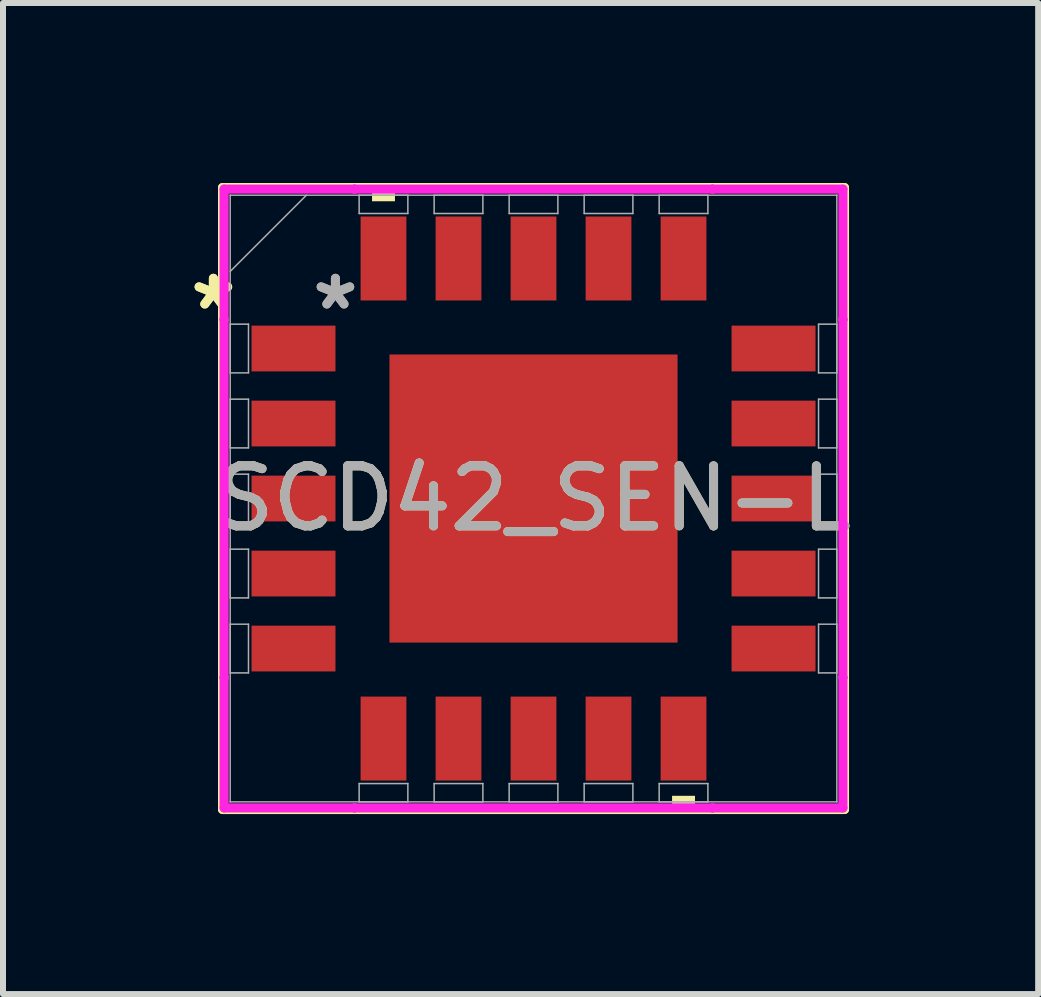
<source format=kicad_pcb>
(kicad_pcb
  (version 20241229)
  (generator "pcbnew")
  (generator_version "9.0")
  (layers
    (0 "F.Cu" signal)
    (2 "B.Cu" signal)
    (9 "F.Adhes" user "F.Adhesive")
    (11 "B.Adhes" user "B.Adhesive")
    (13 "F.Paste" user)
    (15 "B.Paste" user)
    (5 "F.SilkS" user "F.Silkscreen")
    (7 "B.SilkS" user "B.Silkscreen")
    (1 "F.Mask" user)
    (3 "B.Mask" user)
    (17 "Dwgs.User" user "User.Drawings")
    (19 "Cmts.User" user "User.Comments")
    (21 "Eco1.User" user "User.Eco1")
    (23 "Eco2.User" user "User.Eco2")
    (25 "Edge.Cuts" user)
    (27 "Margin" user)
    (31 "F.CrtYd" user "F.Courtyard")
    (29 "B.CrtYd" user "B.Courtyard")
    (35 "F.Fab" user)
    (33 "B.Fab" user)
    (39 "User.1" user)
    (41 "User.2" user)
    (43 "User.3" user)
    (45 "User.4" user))
  (footprint "SCD42_SEN-L"
    (layer "F.Cu")
    (at 5.841 5.258)
    (property "Reference" "SCD42_SEN-L" (at 0 0 0) (unlocked yes) (layer "F.SilkS") (effects (font (size 1 1) (thickness 0.15))))
    (attr smd)
    (fp_line (start -5.182 -5.182) (end -5.182 5.182) (stroke (width 0.152) (type solid)) (layer "F.SilkS"))
    (fp_line (start -5.182 5.182) (end 5.182 5.182) (stroke (width 0.152) (type solid)) (layer "F.SilkS"))
    (fp_line (start 5.182 -5.182) (end -5.182 -5.182) (stroke (width 0.152) (type solid)) (layer "F.SilkS"))
    (fp_line (start 5.182 5.182) (end 5.182 -5.182) (stroke (width 0.152) (type solid)) (layer "F.SilkS"))
    (fp_poly (pts (xy -2.691 -4.954) (xy -2.691 -5.208) (xy -2.309 -5.208) (xy -2.309 -4.954)) (stroke (width 0) (type solid)) (fill yes) (layer "F.SilkS"))
    (fp_poly (pts (xy 2.309 4.954) (xy 2.309 5.208) (xy 2.691 5.208) (xy 2.691 4.954)) (stroke (width 0) (type solid)) (fill yes) (layer "F.SilkS"))
    (fp_poly (pts (xy -2.3 -2.3) (xy -2.3 -0.9) (xy -0.9 -0.9) (xy -0.9 -2.3)) (stroke (width 0) (type solid)) (fill yes) (layer "F.Paste"))
    (fp_poly (pts (xy -2.3 -0.7) (xy -2.3 0.7) (xy -0.9 0.7) (xy -0.9 -0.7)) (stroke (width 0) (type solid)) (fill yes) (layer "F.Paste"))
    (fp_poly (pts (xy -2.3 0.9) (xy -2.3 2.3) (xy -0.9 2.3) (xy -0.9 0.9)) (stroke (width 0) (type solid)) (fill yes) (layer "F.Paste"))
    (fp_poly (pts (xy -0.7 -2.3) (xy -0.7 -0.9) (xy 0.7 -0.9) (xy 0.7 -2.3)) (stroke (width 0) (type solid)) (fill yes) (layer "F.Paste"))
    (fp_poly (pts (xy -0.7 -0.7) (xy -0.7 0.7) (xy 0.7 0.7) (xy 0.7 -0.7)) (stroke (width 0) (type solid)) (fill yes) (layer "F.Paste"))
    (fp_poly (pts (xy -0.7 0.9) (xy -0.7 2.3) (xy 0.7 2.3) (xy 0.7 0.9)) (stroke (width 0) (type solid)) (fill yes) (layer "F.Paste"))
    (fp_poly (pts (xy 0.9 -2.3) (xy 0.9 -0.9) (xy 2.3 -0.9) (xy 2.3 -2.3)) (stroke (width 0) (type solid)) (fill yes) (layer "F.Paste"))
    (fp_poly (pts (xy 0.9 -0.7) (xy 0.9 0.7) (xy 2.3 0.7) (xy 2.3 -0.7)) (stroke (width 0) (type solid)) (fill yes) (layer "F.Paste"))
    (fp_poly (pts (xy 0.9 0.9) (xy 0.9 2.3) (xy 2.3 2.3) (xy 2.3 0.9)) (stroke (width 0) (type solid)) (fill yes) (layer "F.Paste"))
    (fp_line (start -5.156 -5.156) (end -2.983 -5.156) (stroke (width 0.152) (type solid)) (layer "F.CrtYd"))
    (fp_line (start -5.156 -2.983) (end -5.156 -5.156) (stroke (width 0.152) (type solid)) (layer "F.CrtYd"))
    (fp_line (start -5.156 -2.983) (end -5.156 -2.983) (stroke (width 0.152) (type solid)) (layer "F.CrtYd"))
    (fp_line (start -5.156 2.983) (end -5.156 -2.983) (stroke (width 0.152) (type solid)) (layer "F.CrtYd"))
    (fp_line (start -5.156 2.983) (end -5.156 2.983) (stroke (width 0.152) (type solid)) (layer "F.CrtYd"))
    (fp_line (start -5.156 5.156) (end -5.156 2.983) (stroke (width 0.152) (type solid)) (layer "F.CrtYd"))
    (fp_line (start -2.983 -5.156) (end -2.983 -5.156) (stroke (width 0.152) (type solid)) (layer "F.CrtYd"))
    (fp_line (start -2.983 -5.156) (end 2.983 -5.156) (stroke (width 0.152) (type solid)) (layer "F.CrtYd"))
    (fp_line (start -2.983 5.156) (end -5.156 5.156) (stroke (width 0.152) (type solid)) (layer "F.CrtYd"))
    (fp_line (start -2.983 5.156) (end -2.983 5.156) (stroke (width 0.152) (type solid)) (layer "F.CrtYd"))
    (fp_line (start 2.983 -5.156) (end 2.983 -5.156) (stroke (width 0.152) (type solid)) (layer "F.CrtYd"))
    (fp_line (start 2.983 -5.156) (end 5.156 -5.156) (stroke (width 0.152) (type solid)) (layer "F.CrtYd"))
    (fp_line (start 2.983 5.156) (end -2.983 5.156) (stroke (width 0.152) (type solid)) (layer "F.CrtYd"))
    (fp_line (start 2.983 5.156) (end 2.983 5.156) (stroke (width 0.152) (type solid)) (layer "F.CrtYd"))
    (fp_line (start 5.156 -5.156) (end 5.156 -2.983) (stroke (width 0.152) (type solid)) (layer "F.CrtYd"))
    (fp_line (start 5.156 -2.983) (end 5.156 -2.983) (stroke (width 0.152) (type solid)) (layer "F.CrtYd"))
    (fp_line (start 5.156 -2.983) (end 5.156 2.983) (stroke (width 0.152) (type solid)) (layer "F.CrtYd"))
    (fp_line (start 5.156 2.983) (end 5.156 2.983) (stroke (width 0.152) (type solid)) (layer "F.CrtYd"))
    (fp_line (start 5.156 2.983) (end 5.156 5.156) (stroke (width 0.152) (type solid)) (layer "F.CrtYd"))
    (fp_line (start 5.156 5.156) (end 2.983 5.156) (stroke (width 0.152) (type solid)) (layer "F.CrtYd"))
    (fp_line (start -5.055 -5.055) (end -5.055 -5.055) (stroke (width 0.025) (type solid)) (layer "F.Fab"))
    (fp_line (start -5.055 -5.055) (end -5.055 5.055) (stroke (width 0.025) (type solid)) (layer "F.Fab"))
    (fp_line (start -5.055 -3.785) (end -3.785 -5.055) (stroke (width 0.025) (type solid)) (layer "F.Fab"))
    (fp_line (start -5.055 -2.906) (end -4.75 -2.906) (stroke (width 0.025) (type solid)) (layer "F.Fab"))
    (fp_line (start -5.055 -2.094) (end -5.055 -2.906) (stroke (width 0.025) (type solid)) (layer "F.Fab"))
    (fp_line (start -5.055 -1.656) (end -4.75 -1.656) (stroke (width 0.025) (type solid)) (layer "F.Fab"))
    (fp_line (start -5.055 -0.844) (end -5.055 -1.656) (stroke (width 0.025) (type solid)) (layer "F.Fab"))
    (fp_line (start -5.055 -0.406) (end -4.75 -0.406) (stroke (width 0.025) (type solid)) (layer "F.Fab"))
    (fp_line (start -5.055 0.406) (end -5.055 -0.406) (stroke (width 0.025) (type solid)) (layer "F.Fab"))
    (fp_line (start -5.055 0.844) (end -4.75 0.844) (stroke (width 0.025) (type solid)) (layer "F.Fab"))
    (fp_line (start -5.055 1.656) (end -5.055 0.844) (stroke (width 0.025) (type solid)) (layer "F.Fab"))
    (fp_line (start -5.055 2.094) (end -4.75 2.094) (stroke (width 0.025) (type solid)) (layer "F.Fab"))
    (fp_line (start -5.055 2.906) (end -5.055 2.094) (stroke (width 0.025) (type solid)) (layer "F.Fab"))
    (fp_line (start -5.055 5.055) (end -5.055 5.055) (stroke (width 0.025) (type solid)) (layer "F.Fab"))
    (fp_line (start -5.055 5.055) (end 5.055 5.055) (stroke (width 0.025) (type solid)) (layer "F.Fab"))
    (fp_line (start -4.75 -2.906) (end -4.75 -2.094) (stroke (width 0.025) (type solid)) (layer "F.Fab"))
    (fp_line (start -4.75 -2.094) (end -5.055 -2.094) (stroke (width 0.025) (type solid)) (layer "F.Fab"))
    (fp_line (start -4.75 -1.656) (end -4.75 -0.844) (stroke (width 0.025) (type solid)) (layer "F.Fab"))
    (fp_line (start -4.75 -0.844) (end -5.055 -0.844) (stroke (width 0.025) (type solid)) (layer "F.Fab"))
    (fp_line (start -4.75 -0.406) (end -4.75 0.406) (stroke (width 0.025) (type solid)) (layer "F.Fab"))
    (fp_line (start -4.75 0.406) (end -5.055 0.406) (stroke (width 0.025) (type solid)) (layer "F.Fab"))
    (fp_line (start -4.75 0.844) (end -4.75 1.656) (stroke (width 0.025) (type solid)) (layer "F.Fab"))
    (fp_line (start -4.75 1.656) (end -5.055 1.656) (stroke (width 0.025) (type solid)) (layer "F.Fab"))
    (fp_line (start -4.75 2.094) (end -4.75 2.906) (stroke (width 0.025) (type solid)) (layer "F.Fab"))
    (fp_line (start -4.75 2.906) (end -5.055 2.906) (stroke (width 0.025) (type solid)) (layer "F.Fab"))
    (fp_line (start -2.906 -5.055) (end -2.094 -5.055) (stroke (width 0.025) (type solid)) (layer "F.Fab"))
    (fp_line (start -2.906 -4.75) (end -2.906 -5.055) (stroke (width 0.025) (type solid)) (layer "F.Fab"))
    (fp_line (start -2.906 4.75) (end -2.094 4.75) (stroke (width 0.025) (type solid)) (layer "F.Fab"))
    (fp_line (start -2.906 5.055) (end -2.906 4.75) (stroke (width 0.025) (type solid)) (layer "F.Fab"))
    (fp_line (start -2.094 -5.055) (end -2.094 -4.75) (stroke (width 0.025) (type solid)) (layer "F.Fab"))
    (fp_line (start -2.094 -4.75) (end -2.906 -4.75) (stroke (width 0.025) (type solid)) (layer "F.Fab"))
    (fp_line (start -2.094 4.75) (end -2.094 5.055) (stroke (width 0.025) (type solid)) (layer "F.Fab"))
    (fp_line (start -2.094 5.055) (end -2.906 5.055) (stroke (width 0.025) (type solid)) (layer "F.Fab"))
    (fp_line (start -1.656 -5.055) (end -0.844 -5.055) (stroke (width 0.025) (type solid)) (layer "F.Fab"))
    (fp_line (start -1.656 -4.75) (end -1.656 -5.055) (stroke (width 0.025) (type solid)) (layer "F.Fab"))
    (fp_line (start -1.656 4.75) (end -0.844 4.75) (stroke (width 0.025) (type solid)) (layer "F.Fab"))
    (fp_line (start -1.656 5.055) (end -1.656 4.75) (stroke (width 0.025) (type solid)) (layer "F.Fab"))
    (fp_line (start -0.844 -5.055) (end -0.844 -4.75) (stroke (width 0.025) (type solid)) (layer "F.Fab"))
    (fp_line (start -0.844 -4.75) (end -1.656 -4.75) (stroke (width 0.025) (type solid)) (layer "F.Fab"))
    (fp_line (start -0.844 4.75) (end -0.844 5.055) (stroke (width 0.025) (type solid)) (layer "F.Fab"))
    (fp_line (start -0.844 5.055) (end -1.656 5.055) (stroke (width 0.025) (type solid)) (layer "F.Fab"))
    (fp_line (start -0.406 -5.055) (end 0.406 -5.055) (stroke (width 0.025) (type solid)) (layer "F.Fab"))
    (fp_line (start -0.406 -4.75) (end -0.406 -5.055) (stroke (width 0.025) (type solid)) (layer "F.Fab"))
    (fp_line (start -0.406 4.75) (end 0.406 4.75) (stroke (width 0.025) (type solid)) (layer "F.Fab"))
    (fp_line (start -0.406 5.055) (end -0.406 4.75) (stroke (width 0.025) (type solid)) (layer "F.Fab"))
    (fp_line (start 0.406 -5.055) (end 0.406 -4.75) (stroke (width 0.025) (type solid)) (layer "F.Fab"))
    (fp_line (start 0.406 -4.75) (end -0.406 -4.75) (stroke (width 0.025) (type solid)) (layer "F.Fab"))
    (fp_line (start 0.406 4.75) (end 0.406 5.055) (stroke (width 0.025) (type solid)) (layer "F.Fab"))
    (fp_line (start 0.406 5.055) (end -0.406 5.055) (stroke (width 0.025) (type solid)) (layer "F.Fab"))
    (fp_line (start 0.844 -5.055) (end 1.656 -5.055) (stroke (width 0.025) (type solid)) (layer "F.Fab"))
    (fp_line (start 0.844 -4.75) (end 0.844 -5.055) (stroke (width 0.025) (type solid)) (layer "F.Fab"))
    (fp_line (start 0.844 4.75) (end 1.656 4.75) (stroke (width 0.025) (type solid)) (layer "F.Fab"))
    (fp_line (start 0.844 5.055) (end 0.844 4.75) (stroke (width 0.025) (type solid)) (layer "F.Fab"))
    (fp_line (start 1.656 -5.055) (end 1.656 -4.75) (stroke (width 0.025) (type solid)) (layer "F.Fab"))
    (fp_line (start 1.656 -4.75) (end 0.844 -4.75) (stroke (width 0.025) (type solid)) (layer "F.Fab"))
    (fp_line (start 1.656 4.75) (end 1.656 5.055) (stroke (width 0.025) (type solid)) (layer "F.Fab"))
    (fp_line (start 1.656 5.055) (end 0.844 5.055) (stroke (width 0.025) (type solid)) (layer "F.Fab"))
    (fp_line (start 2.094 -5.055) (end 2.906 -5.055) (stroke (width 0.025) (type solid)) (layer "F.Fab"))
    (fp_line (start 2.094 -4.75) (end 2.094 -5.055) (stroke (width 0.025) (type solid)) (layer "F.Fab"))
    (fp_line (start 2.094 4.75) (end 2.906 4.75) (stroke (width 0.025) (type solid)) (layer "F.Fab"))
    (fp_line (start 2.094 5.055) (end 2.094 4.75) (stroke (width 0.025) (type solid)) (layer "F.Fab"))
    (fp_line (start 2.906 -5.055) (end 2.906 -4.75) (stroke (width 0.025) (type solid)) (layer "F.Fab"))
    (fp_line (start 2.906 -4.75) (end 2.094 -4.75) (stroke (width 0.025) (type solid)) (layer "F.Fab"))
    (fp_line (start 2.906 4.75) (end 2.906 5.055) (stroke (width 0.025) (type solid)) (layer "F.Fab"))
    (fp_line (start 2.906 5.055) (end 2.094 5.055) (stroke (width 0.025) (type solid)) (layer "F.Fab"))
    (fp_line (start 4.75 -2.906) (end 5.055 -2.906) (stroke (width 0.025) (type solid)) (layer "F.Fab"))
    (fp_line (start 4.75 -2.094) (end 4.75 -2.906) (stroke (width 0.025) (type solid)) (layer "F.Fab"))
    (fp_line (start 4.75 -1.656) (end 5.055 -1.656) (stroke (width 0.025) (type solid)) (layer "F.Fab"))
    (fp_line (start 4.75 -0.844) (end 4.75 -1.656) (stroke (width 0.025) (type solid)) (layer "F.Fab"))
    (fp_line (start 4.75 -0.406) (end 5.055 -0.406) (stroke (width 0.025) (type solid)) (layer "F.Fab"))
    (fp_line (start 4.75 0.406) (end 4.75 -0.406) (stroke (width 0.025) (type solid)) (layer "F.Fab"))
    (fp_line (start 4.75 0.844) (end 5.055 0.844) (stroke (width 0.025) (type solid)) (layer "F.Fab"))
    (fp_line (start 4.75 1.656) (end 4.75 0.844) (stroke (width 0.025) (type solid)) (layer "F.Fab"))
    (fp_line (start 4.75 2.094) (end 5.055 2.094) (stroke (width 0.025) (type solid)) (layer "F.Fab"))
    (fp_line (start 4.75 2.906) (end 4.75 2.094) (stroke (width 0.025) (type solid)) (layer "F.Fab"))
    (fp_line (start 5.055 -5.055) (end -5.055 -5.055) (stroke (width 0.025) (type solid)) (layer "F.Fab"))
    (fp_line (start 5.055 -5.055) (end 5.055 -5.055) (stroke (width 0.025) (type solid)) (layer "F.Fab"))
    (fp_line (start 5.055 -2.906) (end 5.055 -2.094) (stroke (width 0.025) (type solid)) (layer "F.Fab"))
    (fp_line (start 5.055 -2.094) (end 4.75 -2.094) (stroke (width 0.025) (type solid)) (layer "F.Fab"))
    (fp_line (start 5.055 -1.656) (end 5.055 -0.844) (stroke (width 0.025) (type solid)) (layer "F.Fab"))
    (fp_line (start 5.055 -0.844) (end 4.75 -0.844) (stroke (width 0.025) (type solid)) (layer "F.Fab"))
    (fp_line (start 5.055 -0.406) (end 5.055 0.406) (stroke (width 0.025) (type solid)) (layer "F.Fab"))
    (fp_line (start 5.055 0.406) (end 4.75 0.406) (stroke (width 0.025) (type solid)) (layer "F.Fab"))
    (fp_line (start 5.055 0.844) (end 5.055 1.656) (stroke (width 0.025) (type solid)) (layer "F.Fab"))
    (fp_line (start 5.055 1.656) (end 4.75 1.656) (stroke (width 0.025) (type solid)) (layer "F.Fab"))
    (fp_line (start 5.055 2.094) (end 5.055 2.906) (stroke (width 0.025) (type solid)) (layer "F.Fab"))
    (fp_line (start 5.055 2.906) (end 4.75 2.906) (stroke (width 0.025) (type solid)) (layer "F.Fab"))
    (fp_line (start 5.055 5.055) (end 5.055 -5.055) (stroke (width 0.025) (type solid)) (layer "F.Fab"))
    (fp_line (start 5.055 5.055) (end 5.055 5.055) (stroke (width 0.025) (type solid)) (layer "F.Fab"))
    (fp_text user "*" (at -5.335 -3.125 0) (layer "F.SilkS") (effects (font (size 1 1) (thickness 0.15))))
    (fp_text user "*" (at -5.335 -3.125 0) (unlocked yes) (layer "F.SilkS") (effects (font (size 1 1) (thickness 0.15))))
    (fp_text user "${REFERENCE}" (at 0 0 0) (unlocked yes) (layer "F.Fab") (effects (font (size 1 1) (thickness 0.15))))
    (fp_text user "*" (at -3.301 -3.125 0) (unlocked yes) (layer "F.Fab") (effects (font (size 1 1) (thickness 0.15))))
    (fp_text user "*" (at -3.301 -3.125 0) (layer "F.Fab") (effects (font (size 1 1) (thickness 0.15))))
    (pad "1" smd rect (at -4 -2.5 90) (size 0.763 1.399) (layers "F.Cu" "F.Mask" "F.Paste"))
    (pad "2" smd rect (at -4 -1.25 90) (size 0.763 1.399) (layers "F.Cu" "F.Mask" "F.Paste"))
    (pad "3" smd rect (at -4 0 90) (size 0.763 1.399) (layers "F.Cu" "F.Mask" "F.Paste"))
    (pad "4" smd rect (at -4 1.25 90) (size 0.763 1.399) (layers "F.Cu" "F.Mask" "F.Paste"))
    (pad "5" smd rect (at -4 2.5 90) (size 0.763 1.399) (layers "F.Cu" "F.Mask" "F.Paste"))
    (pad "6" smd rect (at -2.5 4) (size 0.763 1.399) (layers "F.Cu" "F.Mask" "F.Paste"))
    (pad "7" smd rect (at -1.25 4) (size 0.763 1.399) (layers "F.Cu" "F.Mask" "F.Paste"))
    (pad "8" smd rect (at 0 4) (size 0.763 1.399) (layers "F.Cu" "F.Mask" "F.Paste"))
    (pad "9" smd rect (at 1.25 4) (size 0.763 1.399) (layers "F.Cu" "F.Mask" "F.Paste"))
    (pad "10" smd rect (at 2.5 4) (size 0.763 1.399) (layers "F.Cu" "F.Mask" "F.Paste"))
    (pad "11" smd rect (at 4 2.5 90) (size 0.763 1.399) (layers "F.Cu" "F.Mask" "F.Paste"))
    (pad "12" smd rect (at 4 1.25 90) (size 0.763 1.399) (layers "F.Cu" "F.Mask" "F.Paste"))
    (pad "13" smd rect (at 4 0 90) (size 0.763 1.399) (layers "F.Cu" "F.Mask" "F.Paste"))
    (pad "14" smd rect (at 4 -1.25 90) (size 0.763 1.399) (layers "F.Cu" "F.Mask" "F.Paste"))
    (pad "15" smd rect (at 4 -2.5 90) (size 0.763 1.399) (layers "F.Cu" "F.Mask" "F.Paste"))
    (pad "16" smd rect (at 2.5 -4) (size 0.763 1.399) (layers "F.Cu" "F.Mask" "F.Paste"))
    (pad "17" smd rect (at 1.25 -4) (size 0.763 1.399) (layers "F.Cu" "F.Mask" "F.Paste"))
    (pad "18" smd rect (at 0 -4) (size 0.763 1.399) (layers "F.Cu" "F.Mask" "F.Paste"))
    (pad "19" smd rect (at -1.25 -4) (size 0.763 1.399) (layers "F.Cu" "F.Mask" "F.Paste"))
    (pad "20" smd rect (at -2.5 -4) (size 0.763 1.399) (layers "F.Cu" "F.Mask" "F.Paste"))
    (pad "21" smd rect (at 0 0) (size 4.801 4.801) (layers "F.Cu" "F.Mask" "F.Paste")))
  (gr_rect
    (start -3 -3)
    (end 14.251 13.516)
    (stroke (width 0.1) (type default))
    (fill no)
    (layer "Edge.Cuts")))
</source>
